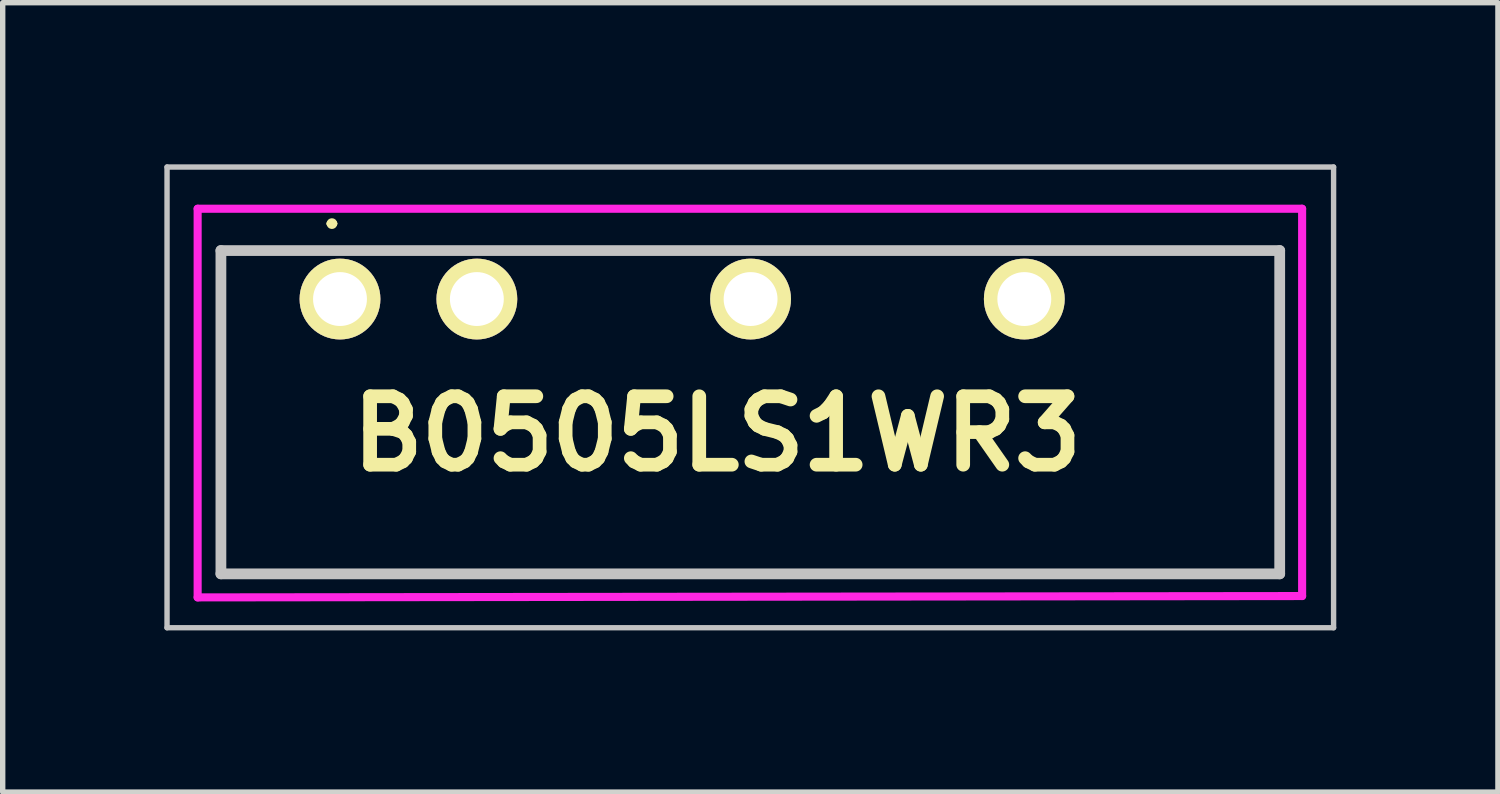
<source format=kicad_pcb>
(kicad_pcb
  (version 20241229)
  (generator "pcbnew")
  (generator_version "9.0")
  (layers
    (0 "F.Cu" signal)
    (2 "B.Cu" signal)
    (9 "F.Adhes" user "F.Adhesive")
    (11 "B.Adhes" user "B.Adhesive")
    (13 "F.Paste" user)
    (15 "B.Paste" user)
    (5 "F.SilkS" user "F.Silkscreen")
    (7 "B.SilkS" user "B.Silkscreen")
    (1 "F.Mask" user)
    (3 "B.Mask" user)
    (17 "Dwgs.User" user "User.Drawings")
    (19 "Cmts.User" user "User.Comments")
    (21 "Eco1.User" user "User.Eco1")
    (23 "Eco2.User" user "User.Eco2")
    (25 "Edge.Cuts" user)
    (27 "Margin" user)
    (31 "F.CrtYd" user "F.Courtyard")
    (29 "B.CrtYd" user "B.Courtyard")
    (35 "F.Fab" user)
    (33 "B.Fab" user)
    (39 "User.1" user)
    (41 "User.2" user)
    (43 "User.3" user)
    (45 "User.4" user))
  (footprint "B0505LS1WR3"
    (layer "F.Cu")
    (at 3.26 2.5)
    (property "Reference" "B0505LS1WR3" (at 7 2.5 0) (layer "F.SilkS") (effects (font (size 1.27 1.27) (thickness 0.254))))
    (attr through_hole)
    (fp_line (start -2.21 5) (end -2.2 5.1) (stroke (width 0.1) (type solid)) (layer "F.SilkS"))
    (fp_line (start -2.2 -0.9) (end -2.21 5) (stroke (width 0.1) (type solid)) (layer "F.SilkS"))
    (fp_line (start -2.2 5.1) (end 17.44 5.1) (stroke (width 0.1) (type solid)) (layer "F.SilkS"))
    (fp_line (start -0.8 -0.9) (end -2.2 -0.9) (stroke (width 0.1) (type solid)) (layer "F.SilkS"))
    (fp_line (start -0.2 -1.4) (end -0.2 -1.4) (stroke (width 0.1) (type solid)) (layer "F.SilkS"))
    (fp_line (start -0.1 -1.4) (end -0.1 -1.4) (stroke (width 0.1) (type solid)) (layer "F.SilkS"))
    (fp_line (start 17.44 5.1) (end 17.44 -0.9) (stroke (width 0.1) (type solid)) (layer "F.SilkS"))
    (fp_arc (start -0.2 -1.4) (mid -0.15 -1.45) (end -0.1 -1.4) (stroke (width 0.1) (type solid)) (layer "F.SilkS"))
    (fp_arc (start -0.1 -1.4) (mid -0.15 -1.35) (end -0.2 -1.4) (stroke (width 0.1) (type solid)) (layer "F.SilkS"))
    (fp_line (start -3.21 -2.45) (end 18.44 -2.45) (stroke (width 0.1) (type solid)) (layer "Dwgs.User"))
    (fp_line (start -3.21 6.1) (end -3.21 -2.45) (stroke (width 0.1) (type solid)) (layer "Dwgs.User"))
    (fp_line (start -2.21 -0.9) (end 17.44 -0.9) (stroke (width 0.2) (type solid)) (layer "Dwgs.User"))
    (fp_line (start -2.21 5.1) (end -2.21 -0.9) (stroke (width 0.2) (type solid)) (layer "Dwgs.User"))
    (fp_line (start 17.44 -0.9) (end 17.44 5.1) (stroke (width 0.2) (type solid)) (layer "Dwgs.User"))
    (fp_line (start 17.44 5.1) (end -2.21 5.1) (stroke (width 0.2) (type solid)) (layer "Dwgs.User"))
    (fp_line (start 18.44 -2.45) (end 18.44 6.1) (stroke (width 0.1) (type solid)) (layer "Dwgs.User"))
    (fp_line (start 18.44 6.1) (end -3.21 6.1) (stroke (width 0.1) (type solid)) (layer "Dwgs.User"))
    (fp_line (start -2.642 -1.676) (end 17.856 -1.676) (stroke (width 0.15) (type solid)) (layer "F.CrtYd"))
    (fp_line (start -2.642 5.537) (end -2.642 -1.676) (stroke (width 0.15) (type solid)) (layer "F.CrtYd"))
    (fp_line (start 17.856 -1.676) (end 17.856 5.512) (stroke (width 0.15) (type solid)) (layer "F.CrtYd"))
    (fp_line (start 17.856 5.512) (end -2.642 5.537) (stroke (width 0.15) (type solid)) (layer "F.CrtYd"))
    (pad "1" thru_hole circle (at 0 0 90) (size 1.5 1.5) (drill 1) (layers "*.Cu" "*.Mask" "F.SilkS"))
    (pad "2" thru_hole circle (at 2.54 0 90) (size 1.5 1.5) (drill 1) (layers "*.Cu" "*.Mask" "F.SilkS"))
    (pad "4" thru_hole circle (at 7.62 0 90) (size 1.5 1.5) (drill 1) (layers "*.Cu" "*.Mask" "F.SilkS"))
    (pad "6" thru_hole circle (at 12.7 0 90) (size 1.5 1.5) (drill 1) (layers "*.Cu" "*.Mask" "F.SilkS")))
  (gr_rect
    (start -3 -3)
    (end 24.75 11.65)
    (stroke (width 0.1) (type default))
    (fill no)
    (layer "Edge.Cuts")))
</source>
